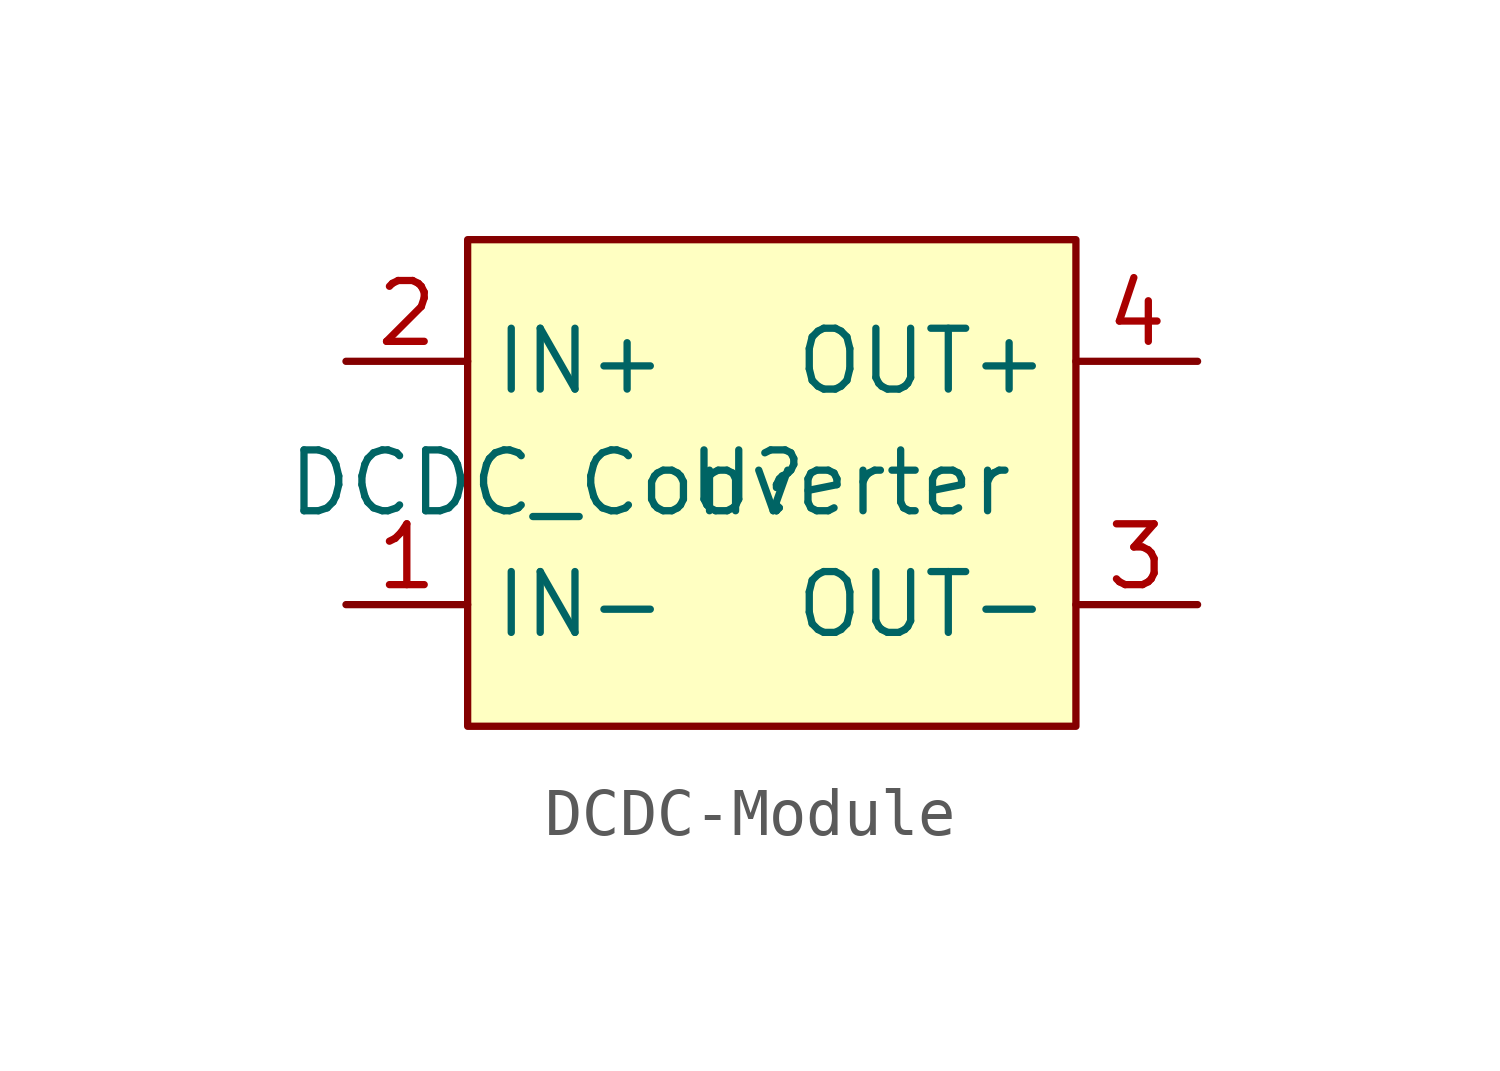
<source format=kicad_sym>
(kicad_symbol_lib
  (version 20231120)
  (generator "kicad_symbol_editor")
  (generator_version "8.0")
  (symbol "DCDC-Module"
    (property "Reference" "U"
      (at -0.508 0 0)
      (effects (font (size 1.27 1.27))))
    (property "Value" "DCDC_Converter"
      (at -2.54 0 0)
      (effects (font (size 1.27 1.27))))
    (symbol "DCDC-Module_1_1"
      (rectangle (start -6.35 5.08) (end 6.35 -5.08) (stroke (width 0) (type default)) (fill (type background)))
      (pin power_in line (at -8.89 -2.54 0) (length 2.54) (name "IN-" (effects (font (size 1.27 1.27)))) (number "1" (effects (font (size 1.27 1.27)))))
      (pin power_in line (at -8.89 2.54 0) (length 2.54) (name "IN+" (effects (font (size 1.27 1.27)))) (number "2" (effects (font (size 1.27 1.27)))))
      (pin power_out line (at 8.89 -2.54 180) (length 2.54) (name "OUT-" (effects (font (size 1.27 1.27)))) (number "3" (effects (font (size 1.27 1.27)))))
      (pin power_out line (at 8.89 2.54 180) (length 2.54) (name "OUT+" (effects (font (size 1.27 1.27)))) (number "4" (effects (font (size 1.27 1.27))))))))
</source>
